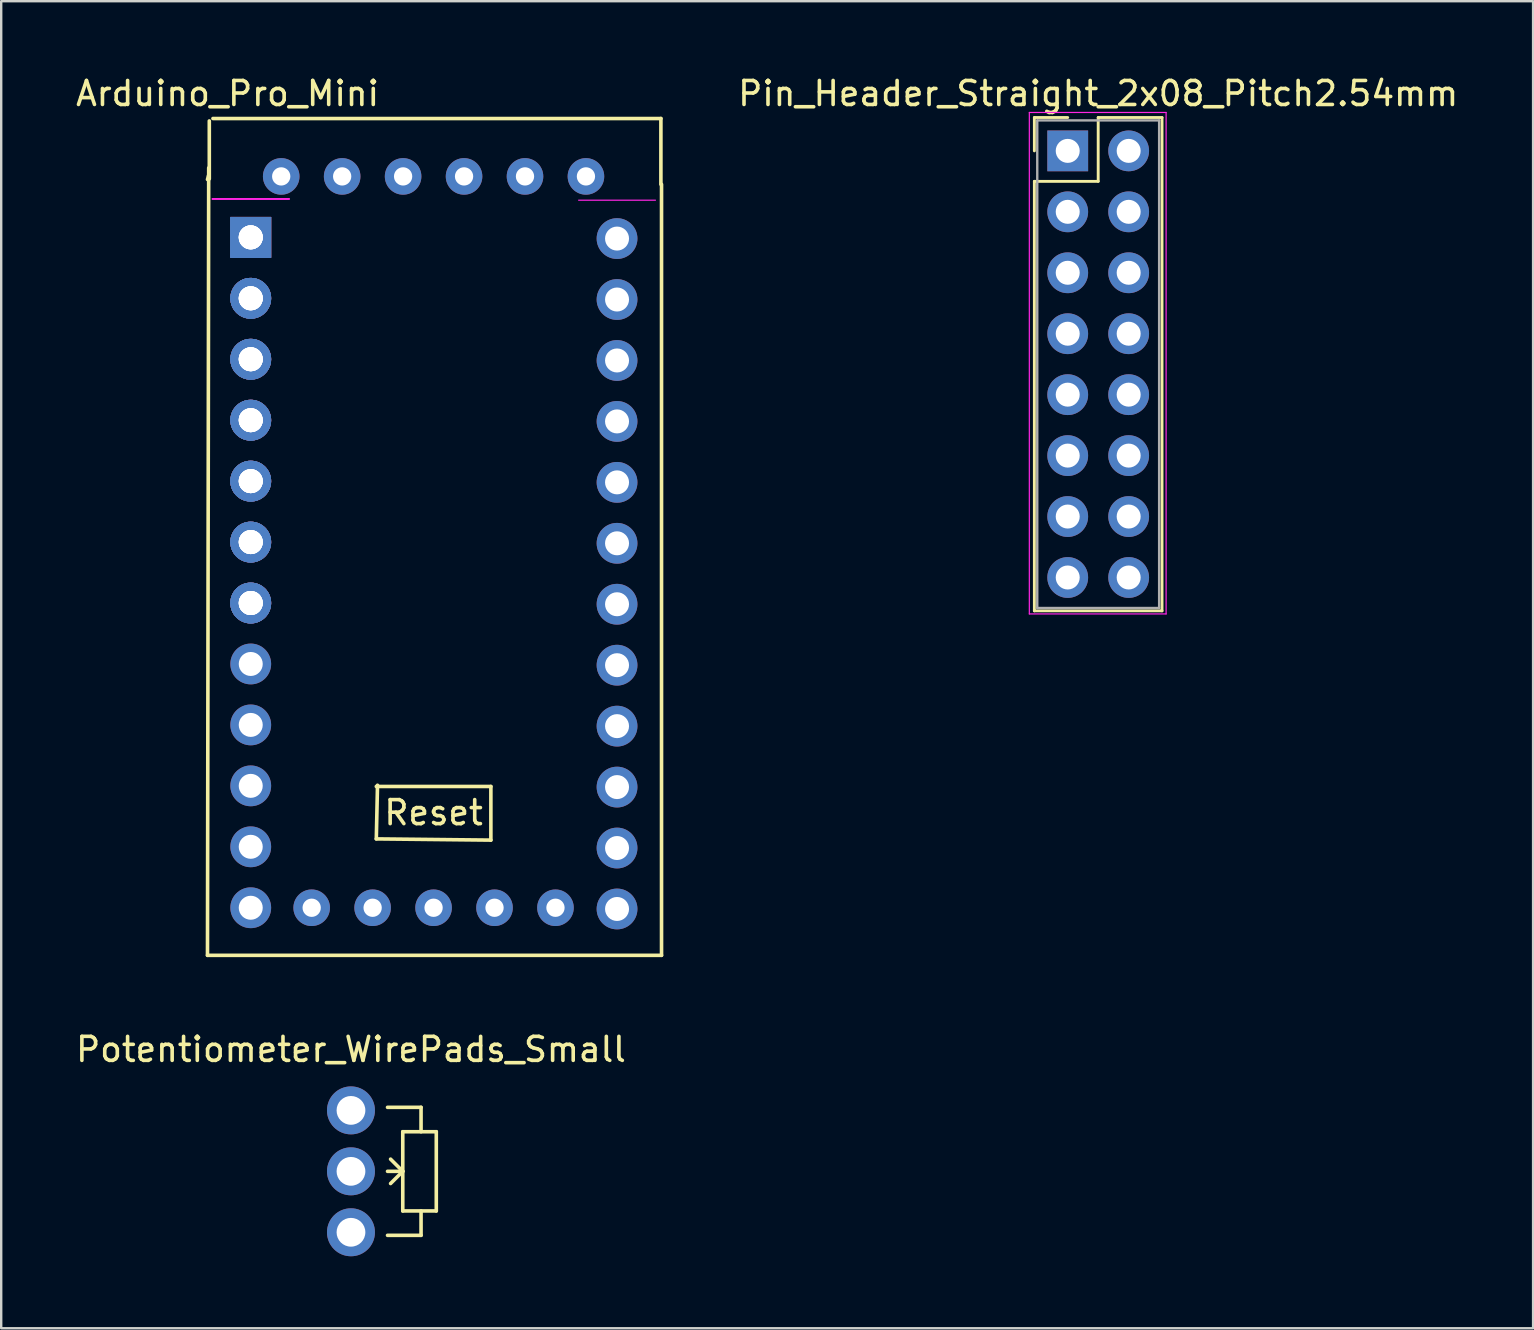
<source format=kicad_pcb>
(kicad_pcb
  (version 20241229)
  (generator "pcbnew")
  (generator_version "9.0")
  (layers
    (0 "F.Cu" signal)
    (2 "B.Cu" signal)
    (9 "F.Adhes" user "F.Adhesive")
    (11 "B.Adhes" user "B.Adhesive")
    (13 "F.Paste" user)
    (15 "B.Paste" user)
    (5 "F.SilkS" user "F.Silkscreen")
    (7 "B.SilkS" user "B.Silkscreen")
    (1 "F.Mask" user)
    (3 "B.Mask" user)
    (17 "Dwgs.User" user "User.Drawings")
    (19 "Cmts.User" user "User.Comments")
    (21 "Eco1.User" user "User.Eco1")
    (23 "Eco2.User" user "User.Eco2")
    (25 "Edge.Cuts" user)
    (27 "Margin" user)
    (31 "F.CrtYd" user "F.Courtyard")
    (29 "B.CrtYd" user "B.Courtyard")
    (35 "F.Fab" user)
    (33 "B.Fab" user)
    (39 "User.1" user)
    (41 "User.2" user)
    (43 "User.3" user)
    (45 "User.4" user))
  (footprint "Pin_Header_Straight_2x08_Pitch2.54mm"
    (layer "F.Cu")
    (at 41.449 3.238)
    (property "Reference" "Pin_Header_Straight_2x08_Pitch2.54mm" (at 1.27 -2.39 0) (layer "F.SilkS") (effects (font (size 1 1) (thickness 0.15))))
    (attr through_hole)
    (fp_line (start -1.39 -1.39) (end 0 -1.39) (stroke (width 0.12) (type solid)) (layer "F.SilkS"))
    (fp_line (start -1.39 0) (end -1.39 -1.39) (stroke (width 0.12) (type solid)) (layer "F.SilkS"))
    (fp_line (start -1.39 1.27) (end -1.39 19.17) (stroke (width 0.12) (type solid)) (layer "F.SilkS"))
    (fp_line (start -1.39 19.17) (end 3.93 19.17) (stroke (width 0.12) (type solid)) (layer "F.SilkS"))
    (fp_line (start 1.27 -1.39) (end 1.27 1.27) (stroke (width 0.12) (type solid)) (layer "F.SilkS"))
    (fp_line (start 1.27 1.27) (end -1.39 1.27) (stroke (width 0.12) (type solid)) (layer "F.SilkS"))
    (fp_line (start 3.93 -1.39) (end 1.27 -1.39) (stroke (width 0.12) (type solid)) (layer "F.SilkS"))
    (fp_line (start 3.93 19.17) (end 3.93 -1.39) (stroke (width 0.12) (type solid)) (layer "F.SilkS"))
    (fp_line (start -1.6 -1.6) (end -1.6 19.3) (stroke (width 0.05) (type solid)) (layer "F.CrtYd"))
    (fp_line (start -1.6 19.3) (end 4.1 19.3) (stroke (width 0.05) (type solid)) (layer "F.CrtYd"))
    (fp_line (start 4.1 -1.6) (end -1.6 -1.6) (stroke (width 0.05) (type solid)) (layer "F.CrtYd"))
    (fp_line (start 4.1 19.3) (end 4.1 -1.6) (stroke (width 0.05) (type solid)) (layer "F.CrtYd"))
    (fp_line (start -1.27 -1.27) (end -1.27 19.05) (stroke (width 0.1) (type solid)) (layer "F.Fab"))
    (fp_line (start -1.27 19.05) (end 3.81 19.05) (stroke (width 0.1) (type solid)) (layer "F.Fab"))
    (fp_line (start 3.81 -1.27) (end -1.27 -1.27) (stroke (width 0.1) (type solid)) (layer "F.Fab"))
    (fp_line (start 3.81 19.05) (end 3.81 -1.27) (stroke (width 0.1) (type solid)) (layer "F.Fab"))
    (pad "1" thru_hole oval (at 2.54 0) (size 1.7 1.7) (drill 1) (layers "*.Cu" "*.Mask"))
    (pad "2" thru_hole rect (at 0 0) (size 1.7 1.7) (drill 1) (layers "*.Cu" "*.Mask"))
    (pad "3" thru_hole oval (at 2.54 2.54) (size 1.7 1.7) (drill 1) (layers "*.Cu" "*.Mask"))
    (pad "4" thru_hole oval (at 0 2.54) (size 1.7 1.7) (drill 1) (layers "*.Cu" "*.Mask"))
    (pad "5" thru_hole oval (at 2.54 5.08) (size 1.7 1.7) (drill 1) (layers "*.Cu" "*.Mask"))
    (pad "6" thru_hole oval (at 0 5.08) (size 1.7 1.7) (drill 1) (layers "*.Cu" "*.Mask"))
    (pad "7" thru_hole oval (at 2.54 7.62) (size 1.7 1.7) (drill 1) (layers "*.Cu" "*.Mask"))
    (pad "8" thru_hole oval (at 0 7.62) (size 1.7 1.7) (drill 1) (layers "*.Cu" "*.Mask"))
    (pad "9" thru_hole oval (at 2.54 10.16) (size 1.7 1.7) (drill 1) (layers "*.Cu" "*.Mask"))
    (pad "10" thru_hole oval (at 0 10.16) (size 1.7 1.7) (drill 1) (layers "*.Cu" "*.Mask"))
    (pad "11" thru_hole oval (at 2.54 12.7) (size 1.7 1.7) (drill 1) (layers "*.Cu" "*.Mask"))
    (pad "12" thru_hole oval (at 0 12.7) (size 1.7 1.7) (drill 1) (layers "*.Cu" "*.Mask"))
    (pad "13" thru_hole oval (at 2.54 15.24) (size 1.7 1.7) (drill 1) (layers "*.Cu" "*.Mask"))
    (pad "14" thru_hole oval (at 0 15.24) (size 1.7 1.7) (drill 1) (layers "*.Cu" "*.Mask"))
    (pad "15" thru_hole oval (at 2.54 17.78) (size 1.7 1.7) (drill 1) (layers "*.Cu" "*.Mask"))
    (pad "16" thru_hole oval (at 0 17.78) (size 1.7 1.7) (drill 1) (layers "*.Cu" "*.Mask")))
  (footprint "Arduino_Pro_Mini"
    (layer "F.Cu")
    (at 14.817 17.104)
    (property "Reference" "Arduino_Pro_Mini" (at -8.382 -16.256 0) (layer "F.SilkS") (effects (font (size 1 1) (thickness 0.15))))
    (attr through_hole)
    (fp_line (start -9.22 -12.675) (end -9.169 -12.852) (stroke (width 0.15) (type solid)) (layer "F.SilkS"))
    (fp_line (start -9.22 19.66) (end -9.169 -13.157) (stroke (width 0.15) (type solid)) (layer "F.SilkS"))
    (fp_line (start -9.169 -12.852) (end -9.169 -12.802) (stroke (width 0.15) (type solid)) (layer "F.SilkS"))
    (fp_line (start -9.144 -12.7) (end -9.144 -15.113) (stroke (width 0.15) (type solid)) (layer "F.SilkS"))
    (fp_line (start -2.184 12.624) (end 2.591 12.624) (stroke (width 0.15) (type solid)) (layer "F.SilkS"))
    (fp_line (start -2.184 14.808) (end -2.134 12.573) (stroke (width 0.15) (type solid)) (layer "F.SilkS"))
    (fp_line (start 2.591 12.624) (end 2.591 14.859) (stroke (width 0.15) (type solid)) (layer "F.SilkS"))
    (fp_line (start 2.591 14.859) (end -2.184 14.808) (stroke (width 0.15) (type solid)) (layer "F.SilkS"))
    (fp_line (start 9.677 -15.215) (end -8.992 -15.215) (stroke (width 0.15) (type solid)) (layer "F.SilkS"))
    (fp_line (start 9.677 -12.471) (end 9.677 -15.215) (stroke (width 0.15) (type solid)) (layer "F.SilkS"))
    (fp_line (start 9.703 -12.471) (end 9.703 19.66) (stroke (width 0.15) (type solid)) (layer "F.SilkS"))
    (fp_line (start 9.703 19.66) (end -9.22 19.66) (stroke (width 0.15) (type solid)) (layer "F.SilkS"))
    (fp_line (start -5.817 -11.862) (end -9.017 -11.862) (stroke (width 0.05) (type solid)) (layer "F.CrtYd"))
    (fp_line (start -5.817 -11.862) (end -9.017 -11.862) (stroke (width 0.05) (type solid)) (layer "F.CrtYd"))
    (fp_line (start -5.817 -11.862) (end -9.017 -11.862) (stroke (width 0.05) (type solid)) (layer "F.CrtYd"))
    (fp_line (start -5.817 -11.862) (end -9.017 -11.862) (stroke (width 0.05) (type solid)) (layer "F.CrtYd"))
    (fp_line (start 9.449 -11.811) (end 6.249 -11.811) (stroke (width 0.05) (type solid)) (layer "F.CrtYd"))
    (fp_text user "Reset" (at 0.203 13.716 0) (layer "F.SilkS") (effects (font (size 1 1) (thickness 0.15))))
    (pad "1" thru_hole rect (at -7.417 -10.262) (size 1.7 1.7) (drill 1) (layers "*.Mask" "B.Cu"))
    (pad "1" thru_hole rect (at -7.417 -10.262) (size 1.7 1.7) (drill 1) (layers "*.Mask" "B.Cu"))
    (pad "1" thru_hole rect (at -7.417 -10.262) (size 1.7 1.7) (drill 1) (layers "*.Mask" "B.Cu"))
    (pad "1" thru_hole rect (at -7.417 -10.262) (size 1.7 1.7) (drill 1) (layers "*.Mask" "B.Cu"))
    (pad "2" thru_hole oval (at -7.417 -7.722) (size 1.7 1.7) (drill 1) (layers "*.Mask" "B.Cu"))
    (pad "2" thru_hole oval (at -7.417 -7.722) (size 1.7 1.7) (drill 1) (layers "*.Mask" "B.Cu"))
    (pad "2" thru_hole oval (at -7.417 -7.722) (size 1.7 1.7) (drill 1) (layers "*.Mask" "B.Cu"))
    (pad "2" thru_hole oval (at -7.417 -7.722) (size 1.7 1.7) (drill 1) (layers "*.Mask" "B.Cu"))
    (pad "3" thru_hole oval (at -7.417 -5.182) (size 1.7 1.7) (drill 1) (layers "*.Mask" "B.Cu"))
    (pad "3" thru_hole oval (at -7.417 -5.182) (size 1.7 1.7) (drill 1) (layers "*.Mask" "B.Cu"))
    (pad "3" thru_hole oval (at -7.417 -5.182) (size 1.7 1.7) (drill 1) (layers "*.Mask" "B.Cu"))
    (pad "3" thru_hole oval (at -7.417 -5.182) (size 1.7 1.7) (drill 1) (layers "*.Mask" "B.Cu"))
    (pad "4" thru_hole oval (at -7.417 -2.642) (size 1.7 1.7) (drill 1) (layers "*.Mask" "B.Cu"))
    (pad "4" thru_hole oval (at -7.417 -2.642) (size 1.7 1.7) (drill 1) (layers "*.Mask" "B.Cu"))
    (pad "4" thru_hole oval (at -7.417 -2.642) (size 1.7 1.7) (drill 1) (layers "*.Mask" "B.Cu"))
    (pad "4" thru_hole oval (at -7.417 -2.642) (size 1.7 1.7) (drill 1) (layers "*.Mask" "B.Cu"))
    (pad "5" thru_hole oval (at -7.417 -0.102) (size 1.7 1.7) (drill 1) (layers "*.Mask" "B.Cu"))
    (pad "5" thru_hole oval (at -7.417 -0.102) (size 1.7 1.7) (drill 1) (layers "*.Mask" "B.Cu"))
    (pad "5" thru_hole oval (at -7.417 -0.102) (size 1.7 1.7) (drill 1) (layers "*.Mask" "B.Cu"))
    (pad "5" thru_hole oval (at -7.417 -0.102) (size 1.7 1.7) (drill 1) (layers "*.Mask" "B.Cu"))
    (pad "6" thru_hole oval (at -7.417 2.438) (size 1.7 1.7) (drill 1) (layers "*.Mask" "B.Cu"))
    (pad "6" thru_hole oval (at -7.417 2.438) (size 1.7 1.7) (drill 1) (layers "*.Mask" "B.Cu"))
    (pad "6" thru_hole oval (at -7.417 2.438) (size 1.7 1.7) (drill 1) (layers "*.Mask" "B.Cu"))
    (pad "6" thru_hole oval (at -7.417 2.438) (size 1.7 1.7) (drill 1) (layers "*.Mask" "B.Cu"))
    (pad "7" thru_hole oval (at -7.417 4.978) (size 1.7 1.7) (drill 1) (layers "*.Mask" "B.Cu"))
    (pad "7" thru_hole oval (at -7.417 4.978) (size 1.7 1.7) (drill 1) (layers "*.Mask" "B.Cu"))
    (pad "7" thru_hole oval (at -7.417 4.978) (size 1.7 1.7) (drill 1) (layers "*.Mask" "B.Cu"))
    (pad "7" thru_hole oval (at -7.417 4.978) (size 1.7 1.7) (drill 1) (layers "*.Mask" "B.Cu"))
    (pad "8" thru_hole oval (at -7.417 7.518) (size 1.7 1.7) (drill 1) (layers "*.Mask" "B.Cu"))
    (pad "9" thru_hole oval (at -7.417 10.058) (size 1.7 1.7) (drill 1) (layers "*.Mask" "B.Cu"))
    (pad "10" thru_hole oval (at -7.417 12.598) (size 1.7 1.7) (drill 1) (layers "*.Mask" "B.Cu"))
    (pad "11" thru_hole oval (at -7.417 15.138) (size 1.7 1.7) (drill 1) (layers "*.Mask" "B.Cu"))
    (pad "12" thru_hole oval (at -7.417 17.678) (size 1.7 1.7) (drill 1) (layers "*.Mask" "B.Cu"))
    (pad "13" thru_hole circle (at -4.877 17.678) (size 1.524 1.524) (drill 0.762) (layers "*.Mask" "F.Cu"))
    (pad "14" thru_hole circle (at -2.337 17.678) (size 1.524 1.524) (drill 0.762) (layers "*.Mask" "F.Cu"))
    (pad "15" thru_hole circle (at 0.203 17.678) (size 1.524 1.524) (drill 0.762) (layers "*.Mask" "F.Cu"))
    (pad "16" thru_hole circle (at 2.743 17.678) (size 1.524 1.524) (drill 0.762) (layers "*.Mask" "F.Cu"))
    (pad "17]" thru_hole circle (at 5.283 17.678) (size 1.524 1.524) (drill 0.762) (layers "*.Mask" "F.Cu"))
    (pad "18" thru_hole oval (at 7.849 17.729) (size 1.7 1.7) (drill 1) (layers "*.Mask" "B.Cu"))
    (pad "19" thru_hole oval (at 7.849 15.189) (size 1.7 1.7) (drill 1) (layers "*.Mask" "B.Cu"))
    (pad "20" thru_hole oval (at 7.849 12.649) (size 1.7 1.7) (drill 1) (layers "*.Mask" "B.Cu"))
    (pad "21" thru_hole oval (at 7.849 10.109) (size 1.7 1.7) (drill 1) (layers "*.Mask" "B.Cu"))
    (pad "22" thru_hole oval (at 7.849 7.569) (size 1.7 1.7) (drill 1) (layers "*.Mask" "B.Cu"))
    (pad "23" thru_hole oval (at 7.849 5.029) (size 1.7 1.7) (drill 1) (layers "*.Mask" "B.Cu"))
    (pad "24" thru_hole oval (at 7.849 2.489) (size 1.7 1.7) (drill 1) (layers "*.Mask" "B.Cu"))
    (pad "25" thru_hole oval (at 7.849 -0.051) (size 1.7 1.7) (drill 1) (layers "*.Mask" "B.Cu"))
    (pad "26" thru_hole oval (at 7.849 -2.591) (size 1.7 1.7) (drill 1) (layers "*.Mask" "B.Cu"))
    (pad "27" thru_hole oval (at 7.849 -5.131) (size 1.7 1.7) (drill 1) (layers "*.Mask" "B.Cu"))
    (pad "28" thru_hole oval (at 7.849 -7.671) (size 1.7 1.7) (drill 1) (layers "*.Mask" "B.Cu"))
    (pad "29" thru_hole circle (at 7.849 -10.211) (size 1.7 1.7) (drill 1) (layers "*.Mask" "B.Cu"))
    (pad "30" thru_hole circle (at 6.553 -12.802) (size 1.524 1.524) (drill 0.762) (layers "*.Mask" "F.Cu"))
    (pad "31" thru_hole circle (at 4.013 -12.802) (size 1.524 1.524) (drill 0.762) (layers "*.Mask" "F.Cu"))
    (pad "32" thru_hole circle (at 1.473 -12.802) (size 1.524 1.524) (drill 0.762) (layers "*.Mask" "F.Cu"))
    (pad "33" thru_hole circle (at -1.067 -12.802) (size 1.524 1.524) (drill 0.762) (layers "*.Mask" "F.Cu"))
    (pad "34" thru_hole circle (at -3.607 -12.802) (size 1.524 1.524) (drill 0.762) (layers "*.Mask" "F.Cu"))
    (pad "35" thru_hole circle (at -6.147 -12.802) (size 1.524 1.524) (drill 0.762) (layers "*.Mask" "F.Cu")))
  (footprint "Potentiometer_WirePads_Small"
    (layer "F.Cu")
    (at 11.577 43.227)
    (property "Reference" "Potentiometer_WirePads_Small" (at 0 -2.54 0) (layer "F.SilkS") (effects (font (size 1 1) (thickness 0.15))))
    (attr through_hole)
    (fp_line (start 2.159 0.889) (end 3.556 0.889) (stroke (width 0.15) (type solid)) (layer "F.SilkS"))
    (fp_line (start 2.159 2.54) (end 1.524 2.54) (stroke (width 0.15) (type solid)) (layer "F.SilkS"))
    (fp_line (start 2.159 2.54) (end 1.651 2.032) (stroke (width 0.15) (type solid)) (layer "F.SilkS"))
    (fp_line (start 2.159 2.54) (end 1.651 3.048) (stroke (width 0.15) (type solid)) (layer "F.SilkS"))
    (fp_line (start 2.159 4.191) (end 2.159 0.889) (stroke (width 0.15) (type solid)) (layer "F.SilkS"))
    (fp_line (start 2.921 -0.127) (end 1.524 -0.127) (stroke (width 0.15) (type solid)) (layer "F.SilkS"))
    (fp_line (start 2.921 0.889) (end 2.921 -0.127) (stroke (width 0.15) (type solid)) (layer "F.SilkS"))
    (fp_line (start 2.921 4.191) (end 2.921 5.207) (stroke (width 0.15) (type solid)) (layer "F.SilkS"))
    (fp_line (start 2.921 5.207) (end 1.524 5.207) (stroke (width 0.15) (type solid)) (layer "F.SilkS"))
    (fp_line (start 3.556 0.889) (end 3.556 4.191) (stroke (width 0.15) (type solid)) (layer "F.SilkS"))
    (fp_line (start 3.556 4.191) (end 2.159 4.191) (stroke (width 0.15) (type solid)) (layer "F.SilkS"))
    (pad "1" thru_hole circle (at 0 0) (size 1.999 1.999) (drill 1.199) (layers "*.Cu" "*.Mask"))
    (pad "2" thru_hole circle (at 0 2.54) (size 1.999 1.999) (drill 1.199) (layers "*.Cu" "*.Mask"))
    (pad "3" thru_hole circle (at 0 5.08) (size 1.999 1.999) (drill 1.199) (layers "*.Cu" "*.Mask")))
  (gr_rect
    (start -3 -3)
    (end 60.844 52.307)
    (stroke (width 0.1) (type default))
    (fill no)
    (layer "Edge.Cuts")))
</source>
